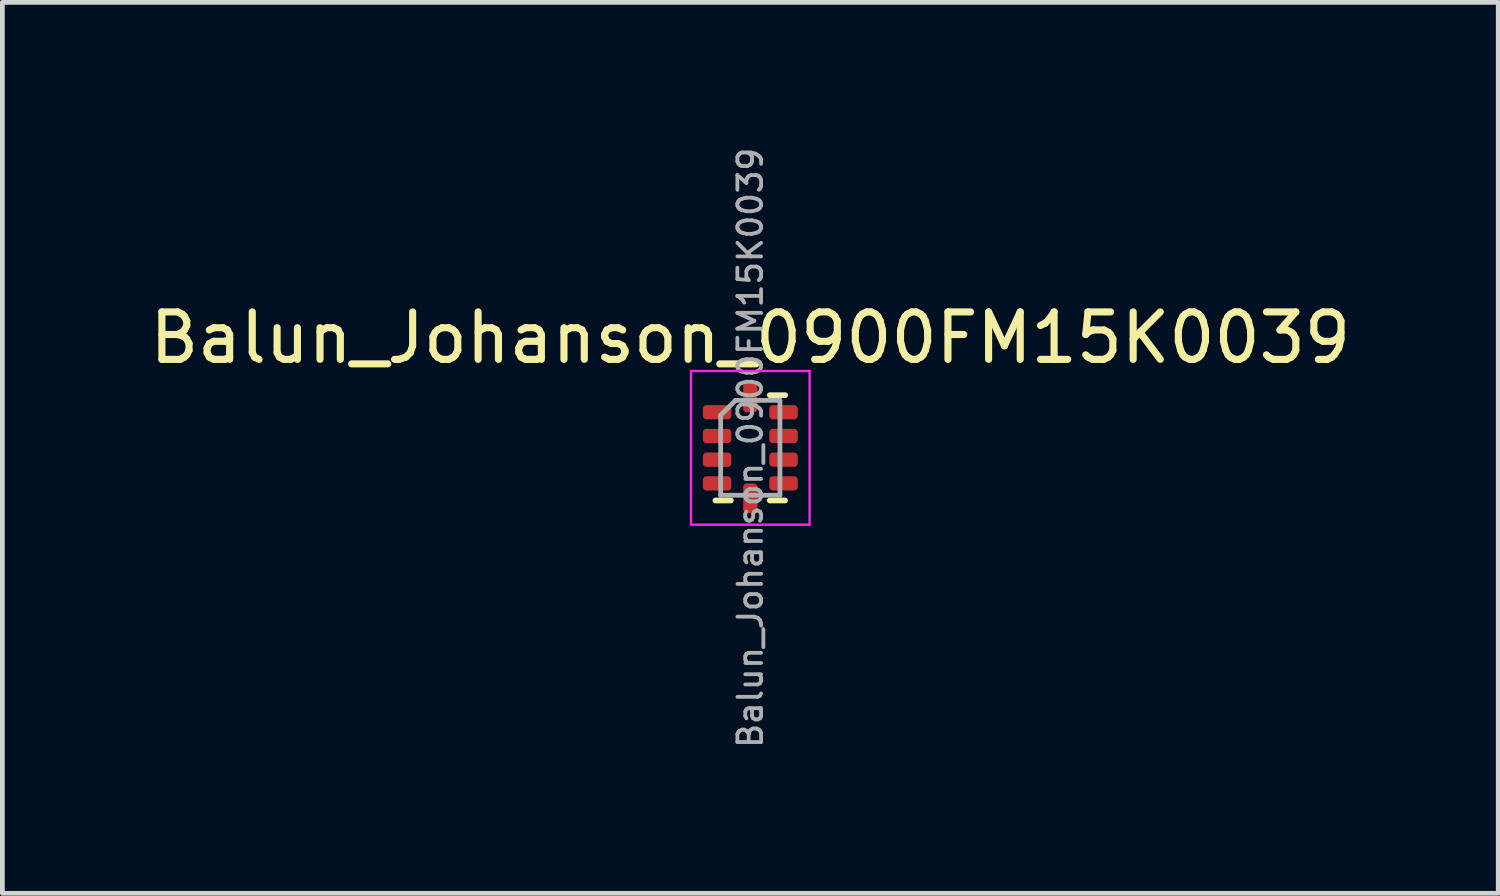
<source format=kicad_pcb>
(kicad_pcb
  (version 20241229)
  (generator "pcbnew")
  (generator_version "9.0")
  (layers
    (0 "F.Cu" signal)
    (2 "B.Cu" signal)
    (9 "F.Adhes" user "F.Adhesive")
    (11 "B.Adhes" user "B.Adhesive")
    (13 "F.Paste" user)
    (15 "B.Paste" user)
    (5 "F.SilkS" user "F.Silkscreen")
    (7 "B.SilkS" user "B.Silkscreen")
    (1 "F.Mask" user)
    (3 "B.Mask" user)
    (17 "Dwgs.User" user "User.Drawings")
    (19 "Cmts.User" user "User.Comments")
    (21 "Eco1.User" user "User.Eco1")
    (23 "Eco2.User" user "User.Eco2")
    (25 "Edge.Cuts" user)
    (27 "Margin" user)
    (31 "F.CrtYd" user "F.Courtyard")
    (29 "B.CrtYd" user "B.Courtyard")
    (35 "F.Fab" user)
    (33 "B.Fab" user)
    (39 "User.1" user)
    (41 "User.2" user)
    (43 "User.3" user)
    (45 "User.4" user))
  (footprint "Balun_Johanson_0900FM15K0039"
    (layer "F.Cu")
    (at 12.768 6.391)
    (property "Reference" "Balun_Johanson_0900FM15K0039" (at 0 -2.32 0) (layer "F.SilkS") (effects (font (size 1 1) (thickness 0.15))))
    (attr smd)
    (fp_line (start -0.41 1.11) (end -0.735 1.11) (stroke (width 0.12) (type solid)) (layer "F.SilkS"))
    (fp_line (start 0.41 -1.11) (end 0.735 -1.11) (stroke (width 0.12) (type solid)) (layer "F.SilkS"))
    (fp_line (start 0.41 1.11) (end 0.735 1.11) (stroke (width 0.12) (type solid)) (layer "F.SilkS"))
    (fp_line (start -1.25 -1.62) (end -1.25 1.62) (stroke (width 0.05) (type solid)) (layer "F.CrtYd"))
    (fp_line (start -1.25 1.62) (end 1.25 1.62) (stroke (width 0.05) (type solid)) (layer "F.CrtYd"))
    (fp_line (start 1.25 -1.62) (end -1.25 -1.62) (stroke (width 0.05) (type solid)) (layer "F.CrtYd"))
    (fp_line (start 1.25 1.62) (end 1.25 -1.62) (stroke (width 0.05) (type solid)) (layer "F.CrtYd"))
    (fp_line (start -0.625 -0.688) (end -0.312 -1) (stroke (width 0.1) (type solid)) (layer "F.Fab"))
    (fp_line (start -0.625 1) (end -0.625 -0.688) (stroke (width 0.1) (type solid)) (layer "F.Fab"))
    (fp_line (start -0.312 -1) (end 0.625 -1) (stroke (width 0.1) (type solid)) (layer "F.Fab"))
    (fp_line (start 0.625 -1) (end 0.625 1) (stroke (width 0.1) (type solid)) (layer "F.Fab"))
    (fp_line (start 0.625 1) (end -0.625 1) (stroke (width 0.1) (type solid)) (layer "F.Fab"))
    (fp_text user "${REFERENCE}" (at 0 0 90) (layer "F.Fab") (effects (font (size 0.5 0.5) (thickness 0.08))))
    (pad "1" smd roundrect (at -0.7 -0.75) (size 0.6 0.3) (layers "F.Cu" "F.Mask" "F.Paste") (roundrect_rratio 0.25))
    (pad "2" smd roundrect (at -0.7 -0.25) (size 0.6 0.3) (layers "F.Cu" "F.Mask" "F.Paste") (roundrect_rratio 0.25))
    (pad "3" smd roundrect (at -0.7 0.25) (size 0.6 0.3) (layers "F.Cu" "F.Mask" "F.Paste") (roundrect_rratio 0.25))
    (pad "4" smd roundrect (at -0.7 0.75) (size 0.6 0.3) (layers "F.Cu" "F.Mask" "F.Paste") (roundrect_rratio 0.25))
    (pad "5" smd roundrect (at 0 1.062) (size 0.3 0.625) (layers "F.Cu" "F.Mask" "F.Paste") (roundrect_rratio 0.25))
    (pad "6" smd roundrect (at 0.7 0.75) (size 0.6 0.3) (layers "F.Cu" "F.Mask" "F.Paste") (roundrect_rratio 0.25))
    (pad "7" smd roundrect (at 0.7 0.25) (size 0.6 0.3) (layers "F.Cu" "F.Mask" "F.Paste") (roundrect_rratio 0.25))
    (pad "8" smd roundrect (at 0.7 -0.25) (size 0.6 0.3) (layers "F.Cu" "F.Mask" "F.Paste") (roundrect_rratio 0.25))
    (pad "9" smd roundrect (at 0.7 -0.75) (size 0.6 0.3) (layers "F.Cu" "F.Mask" "F.Paste") (roundrect_rratio 0.25))
    (pad "10" smd roundrect (at 0 -1.062) (size 0.3 0.625) (layers "F.Cu" "F.Mask" "F.Paste") (roundrect_rratio 0.25)))
  (gr_rect
    (start -3 -3)
    (end 28.536 15.783)
    (stroke (width 0.1) (type default))
    (fill no)
    (layer "Edge.Cuts")))
</source>
